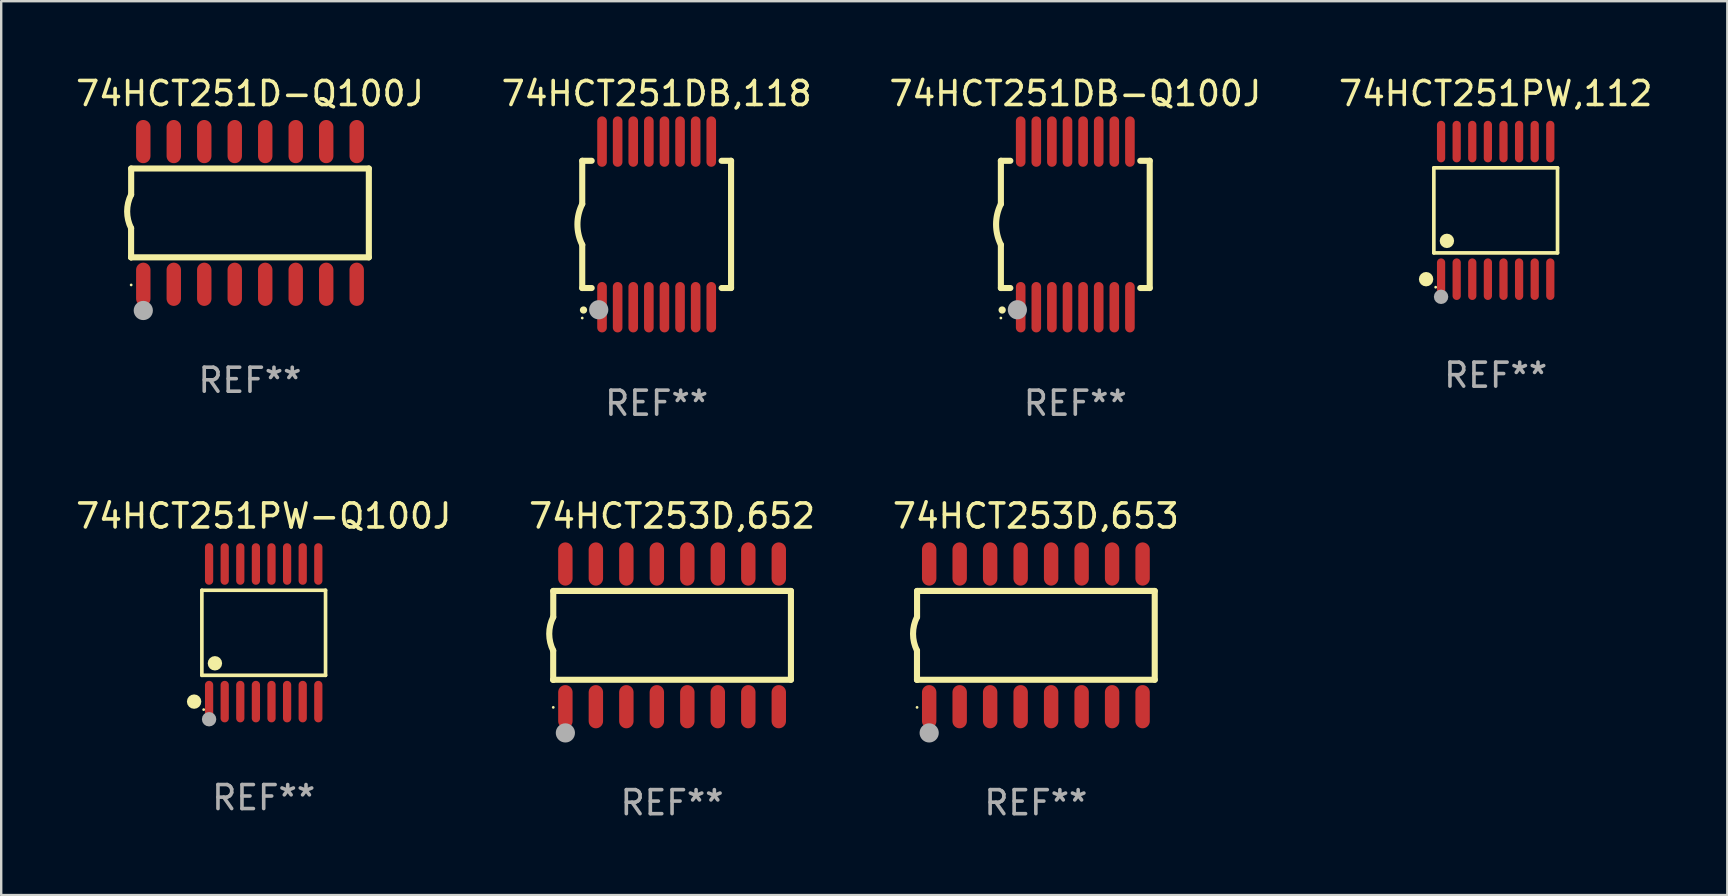
<source format=kicad_pcb>
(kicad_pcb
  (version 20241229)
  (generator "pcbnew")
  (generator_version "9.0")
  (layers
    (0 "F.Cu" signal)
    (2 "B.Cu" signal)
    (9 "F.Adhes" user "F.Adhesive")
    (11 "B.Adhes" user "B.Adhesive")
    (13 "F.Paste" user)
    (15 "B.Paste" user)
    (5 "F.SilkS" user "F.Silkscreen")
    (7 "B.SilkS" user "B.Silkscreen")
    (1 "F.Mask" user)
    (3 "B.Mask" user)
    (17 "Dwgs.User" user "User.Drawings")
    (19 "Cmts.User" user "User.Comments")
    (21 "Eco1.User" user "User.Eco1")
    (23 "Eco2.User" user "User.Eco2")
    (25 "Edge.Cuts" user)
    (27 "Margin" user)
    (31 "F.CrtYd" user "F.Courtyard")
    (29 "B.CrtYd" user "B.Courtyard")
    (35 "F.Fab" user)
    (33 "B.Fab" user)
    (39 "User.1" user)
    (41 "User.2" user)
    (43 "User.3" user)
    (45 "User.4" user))
  (footprint "74HCT251D-Q100J"
    (layer "F.Cu")
    (at 7.363 5.82)
    (property "Reference" "74HCT251D-Q100J" (at 0 -4.972 0) (layer "F.SilkS") (effects (font (size 1 1) (thickness 0.15))))
    (attr through_hole)
    (fp_line (start -4.952 0.635) (end -4.952 1.85) (stroke (width 0.254) (type solid)) (layer "F.SilkS"))
    (fp_line (start -4.952 1.85) (end -4.949 1.85) (stroke (width 0.254) (type solid)) (layer "F.SilkS"))
    (fp_line (start -4.949 -1.85) (end -4.949 -0.762) (stroke (width 0.254) (type solid)) (layer "F.SilkS"))
    (fp_line (start -4.949 1.85) (end 4.952 1.85) (stroke (width 0.254) (type solid)) (layer "F.SilkS"))
    (fp_line (start 4.952 -1.85) (end -4.949 -1.85) (stroke (width 0.254) (type solid)) (layer "F.SilkS"))
    (fp_line (start 4.952 1.85) (end 4.952 -1.85) (stroke (width 0.254) (type solid)) (layer "F.SilkS"))
    (fp_arc (start -4.951524 0.635001) (mid -5.116418 -0.0635) (end -4.951524 -0.762002) (stroke (width 0.254001) (type solid)) (layer "F.SilkS"))
    (fp_circle (center -4.949 3) (end -4.919 3) (stroke (width 0.06) (type solid)) (fill no) (layer "F.SilkS"))
    (fp_circle (center -4.444 4.064) (end -4.244 4.064) (stroke (width 0.4) (type solid)) (fill no) (layer "F.Fab"))
    (fp_text user "REF**" (at 0 6.972 0) (layer "F.Fab") (effects (font (size 1 1) (thickness 0.15))))
    (pad "1" smd oval (at -4.444 2.972 180) (size 0.6 1.8) (layers "F.Cu" "F.Mask" "F.Paste"))
    (pad "2" smd oval (at -3.174 2.972 180) (size 0.6 1.8) (layers "F.Cu" "F.Mask" "F.Paste"))
    (pad "3" smd oval (at -1.904 2.972 180) (size 0.6 1.8) (layers "F.Cu" "F.Mask" "F.Paste"))
    (pad "4" smd oval (at -0.634 2.972 180) (size 0.6 1.8) (layers "F.Cu" "F.Mask" "F.Paste"))
    (pad "5" smd oval (at 0.636 2.972 180) (size 0.6 1.8) (layers "F.Cu" "F.Mask" "F.Paste"))
    (pad "6" smd oval (at 1.906 2.972 180) (size 0.6 1.8) (layers "F.Cu" "F.Mask" "F.Paste"))
    (pad "7" smd oval (at 3.176 2.972 180) (size 0.6 1.8) (layers "F.Cu" "F.Mask" "F.Paste"))
    (pad "8" smd oval (at 4.446 2.972 180) (size 0.6 1.8) (layers "F.Cu" "F.Mask" "F.Paste"))
    (pad "9" smd oval (at 4.446 -2.972 180) (size 0.6 1.8) (layers "F.Cu" "F.Mask" "F.Paste"))
    (pad "10" smd oval (at 3.176 -2.972 180) (size 0.6 1.8) (layers "F.Cu" "F.Mask" "F.Paste"))
    (pad "11" smd oval (at 1.906 -2.972 180) (size 0.6 1.8) (layers "F.Cu" "F.Mask" "F.Paste"))
    (pad "12" smd oval (at 0.636 -2.972 180) (size 0.6 1.8) (layers "F.Cu" "F.Mask" "F.Paste"))
    (pad "13" smd oval (at -0.634 -2.972 180) (size 0.6 1.8) (layers "F.Cu" "F.Mask" "F.Paste"))
    (pad "14" smd oval (at -1.904 -2.972 180) (size 0.6 1.8) (layers "F.Cu" "F.Mask" "F.Paste"))
    (pad "15" smd oval (at -3.174 -2.972 180) (size 0.6 1.8) (layers "F.Cu" "F.Mask" "F.Paste"))
    (pad "16" smd oval (at -4.444 -2.972 180) (size 0.6 1.8) (layers "F.Cu" "F.Mask" "F.Paste")))
  (footprint "74HCT251PW,112"
    (layer "F.Cu")
    (at 59.256 5.714)
    (property "Reference" "74HCT251PW,112" (at 0 -4.866 0) (layer "F.SilkS") (effects (font (size 1 1) (thickness 0.15))))
    (attr through_hole)
    (fp_line (start -2.576 -1.772) (end 2.576 -1.772) (stroke (width 0.152) (type solid)) (layer "F.SilkS"))
    (fp_line (start -2.576 1.771) (end -2.576 -1.772) (stroke (width 0.152) (type solid)) (layer "F.SilkS"))
    (fp_line (start 2.576 -1.772) (end 2.576 1.771) (stroke (width 0.152) (type solid)) (layer "F.SilkS"))
    (fp_line (start 2.576 1.771) (end -2.576 1.771) (stroke (width 0.152) (type solid)) (layer "F.SilkS"))
    (fp_circle (center -2.899 2.866) (end -2.749 2.866) (stroke (width 0.3) (type solid)) (fill no) (layer "F.SilkS"))
    (fp_circle (center -2.5 3.2) (end -2.47 3.2) (stroke (width 0.06) (type solid)) (fill no) (layer "F.SilkS"))
    (fp_circle (center -2.032 1.27) (end -1.882 1.27) (stroke (width 0.3) (type solid)) (fill no) (layer "F.SilkS"))
    (fp_circle (center -2.275 3.6) (end -2.125 3.6) (stroke (width 0.3) (type solid)) (fill no) (layer "F.Fab"))
    (fp_text user "REF**" (at 0 6.866 0) (layer "F.Fab") (effects (font (size 1 1) (thickness 0.15))))
    (pad "1" smd oval (at -2.275 2.866) (size 0.343 1.731) (layers "F.Cu" "F.Mask" "F.Paste"))
    (pad "2" smd oval (at -1.625 2.866) (size 0.343 1.731) (layers "F.Cu" "F.Mask" "F.Paste"))
    (pad "3" smd oval (at -0.975 2.866) (size 0.343 1.731) (layers "F.Cu" "F.Mask" "F.Paste"))
    (pad "4" smd oval (at -0.325 2.866) (size 0.343 1.731) (layers "F.Cu" "F.Mask" "F.Paste"))
    (pad "5" smd oval (at 0.325 2.866) (size 0.343 1.731) (layers "F.Cu" "F.Mask" "F.Paste"))
    (pad "6" smd oval (at 0.975 2.866) (size 0.343 1.731) (layers "F.Cu" "F.Mask" "F.Paste"))
    (pad "7" smd oval (at 1.625 2.866) (size 0.343 1.731) (layers "F.Cu" "F.Mask" "F.Paste"))
    (pad "8" smd oval (at 2.275 2.866) (size 0.343 1.731) (layers "F.Cu" "F.Mask" "F.Paste"))
    (pad "9" smd oval (at 2.275 -2.866) (size 0.343 1.731) (layers "F.Cu" "F.Mask" "F.Paste"))
    (pad "10" smd oval (at 1.625 -2.866) (size 0.343 1.731) (layers "F.Cu" "F.Mask" "F.Paste"))
    (pad "11" smd oval (at 0.975 -2.866) (size 0.343 1.731) (layers "F.Cu" "F.Mask" "F.Paste"))
    (pad "12" smd oval (at 0.325 -2.866) (size 0.343 1.731) (layers "F.Cu" "F.Mask" "F.Paste"))
    (pad "13" smd oval (at -0.325 -2.866) (size 0.343 1.731) (layers "F.Cu" "F.Mask" "F.Paste"))
    (pad "14" smd oval (at -0.975 -2.866) (size 0.343 1.731) (layers "F.Cu" "F.Mask" "F.Paste"))
    (pad "15" smd oval (at -1.625 -2.866) (size 0.343 1.731) (layers "F.Cu" "F.Mask" "F.Paste"))
    (pad "16" smd oval (at -2.275 -2.866) (size 0.343 1.731) (layers "F.Cu" "F.Mask" "F.Paste")))
  (footprint "74HCT251DB,118"
    (layer "F.Cu")
    (at 24.304 6.298)
    (property "Reference" "74HCT251DB,118" (at 0 -5.45 0) (layer "F.SilkS") (effects (font (size 1 1) (thickness 0.15))))
    (attr through_hole)
    (fp_line (start -3.1 -2.65) (end -3.1 -0.85) (stroke (width 0.254) (type solid)) (layer "F.SilkS"))
    (fp_line (start -3.1 -2.65) (end -2.706 -2.65) (stroke (width 0.254) (type solid)) (layer "F.SilkS"))
    (fp_line (start -3.1 2.65) (end -3.1 0.85) (stroke (width 0.254) (type solid)) (layer "F.SilkS"))
    (fp_line (start -3.1 2.65) (end -2.706 2.65) (stroke (width 0.254) (type solid)) (layer "F.SilkS"))
    (fp_line (start 2.706 -2.65) (end 3.1 -2.65) (stroke (width 0.254) (type solid)) (layer "F.SilkS"))
    (fp_line (start 2.706 2.65) (end 3.1 2.65) (stroke (width 0.254) (type solid)) (layer "F.SilkS"))
    (fp_line (start 3.1 -2.65) (end 3.1 2.65) (stroke (width 0.254) (type solid)) (layer "F.SilkS"))
    (fp_arc (start -3.098907 0.850902) (mid -3.300057 0.000523) (end -3.1 -0.850114) (stroke (width 0.254001) (type solid)) (layer "F.SilkS"))
    (fp_arc (start -3.048006 3.566066) (mid -3.046736 3.566061) (end -3.045466 3.566066) (stroke (width 0.3) (type solid)) (layer "F.SilkS"))
    (fp_circle (center -3.1 3.9) (end -3.07 3.9) (stroke (width 0.06) (type solid)) (fill no) (layer "F.SilkS"))
    (fp_circle (center -2.413 3.556) (end -2.213 3.556) (stroke (width 0.4) (type solid)) (fill no) (layer "F.Fab"))
    (fp_text user "REF**" (at 0 7.45 0) (layer "F.Fab") (effects (font (size 1 1) (thickness 0.15))))
    (pad "1" smd oval (at -2.275 3.45 180) (size 0.4 2.1) (layers "F.Cu" "F.Mask" "F.Paste"))
    (pad "2" smd oval (at -1.625 3.45 180) (size 0.4 2.1) (layers "F.Cu" "F.Mask" "F.Paste"))
    (pad "3" smd oval (at -0.975 3.45 180) (size 0.4 2.1) (layers "F.Cu" "F.Mask" "F.Paste"))
    (pad "4" smd oval (at -0.325 3.45 180) (size 0.4 2.1) (layers "F.Cu" "F.Mask" "F.Paste"))
    (pad "5" smd oval (at 0.325 3.45 180) (size 0.4 2.1) (layers "F.Cu" "F.Mask" "F.Paste"))
    (pad "6" smd oval (at 0.975 3.45 180) (size 0.4 2.1) (layers "F.Cu" "F.Mask" "F.Paste"))
    (pad "7" smd oval (at 1.625 3.45 180) (size 0.4 2.1) (layers "F.Cu" "F.Mask" "F.Paste"))
    (pad "8" smd oval (at 2.275 3.45 180) (size 0.4 2.1) (layers "F.Cu" "F.Mask" "F.Paste"))
    (pad "9" smd oval (at 2.275 -3.45 180) (size 0.4 2.1) (layers "F.Cu" "F.Mask" "F.Paste"))
    (pad "10" smd oval (at 1.625 -3.45 180) (size 0.4 2.1) (layers "F.Cu" "F.Mask" "F.Paste"))
    (pad "11" smd oval (at 0.975 -3.45 180) (size 0.4 2.1) (layers "F.Cu" "F.Mask" "F.Paste"))
    (pad "12" smd oval (at 0.325 -3.45 180) (size 0.4 2.1) (layers "F.Cu" "F.Mask" "F.Paste"))
    (pad "13" smd oval (at -0.325 -3.45 180) (size 0.4 2.1) (layers "F.Cu" "F.Mask" "F.Paste"))
    (pad "14" smd oval (at -0.975 -3.45 180) (size 0.4 2.1) (layers "F.Cu" "F.Mask" "F.Paste"))
    (pad "15" smd oval (at -1.625 -3.45 180) (size 0.4 2.1) (layers "F.Cu" "F.Mask" "F.Paste"))
    (pad "16" smd oval (at -2.275 -3.45 180) (size 0.4 2.1) (layers "F.Cu" "F.Mask" "F.Paste")))
  (footprint "74HCT251PW-Q100J"
    (layer "F.Cu")
    (at 7.935 23.311)
    (property "Reference" "74HCT251PW-Q100J" (at 0 -4.866 0) (layer "F.SilkS") (effects (font (size 1 1) (thickness 0.15))))
    (attr through_hole)
    (fp_line (start -2.576 -1.772) (end 2.576 -1.772) (stroke (width 0.152) (type solid)) (layer "F.SilkS"))
    (fp_line (start -2.576 1.771) (end -2.576 -1.772) (stroke (width 0.152) (type solid)) (layer "F.SilkS"))
    (fp_line (start 2.576 -1.772) (end 2.576 1.771) (stroke (width 0.152) (type solid)) (layer "F.SilkS"))
    (fp_line (start 2.576 1.771) (end -2.576 1.771) (stroke (width 0.152) (type solid)) (layer "F.SilkS"))
    (fp_circle (center -2.899 2.866) (end -2.749 2.866) (stroke (width 0.3) (type solid)) (fill no) (layer "F.SilkS"))
    (fp_circle (center -2.5 3.2) (end -2.47 3.2) (stroke (width 0.06) (type solid)) (fill no) (layer "F.SilkS"))
    (fp_circle (center -2.032 1.27) (end -1.882 1.27) (stroke (width 0.3) (type solid)) (fill no) (layer "F.SilkS"))
    (fp_circle (center -2.275 3.6) (end -2.125 3.6) (stroke (width 0.3) (type solid)) (fill no) (layer "F.Fab"))
    (fp_text user "REF**" (at 0 6.866 0) (layer "F.Fab") (effects (font (size 1 1) (thickness 0.15))))
    (pad "1" smd oval (at -2.275 2.866) (size 0.343 1.731) (layers "F.Cu" "F.Mask" "F.Paste"))
    (pad "2" smd oval (at -1.625 2.866) (size 0.343 1.731) (layers "F.Cu" "F.Mask" "F.Paste"))
    (pad "3" smd oval (at -0.975 2.866) (size 0.343 1.731) (layers "F.Cu" "F.Mask" "F.Paste"))
    (pad "4" smd oval (at -0.325 2.866) (size 0.343 1.731) (layers "F.Cu" "F.Mask" "F.Paste"))
    (pad "5" smd oval (at 0.325 2.866) (size 0.343 1.731) (layers "F.Cu" "F.Mask" "F.Paste"))
    (pad "6" smd oval (at 0.975 2.866) (size 0.343 1.731) (layers "F.Cu" "F.Mask" "F.Paste"))
    (pad "7" smd oval (at 1.625 2.866) (size 0.343 1.731) (layers "F.Cu" "F.Mask" "F.Paste"))
    (pad "8" smd oval (at 2.275 2.866) (size 0.343 1.731) (layers "F.Cu" "F.Mask" "F.Paste"))
    (pad "9" smd oval (at 2.275 -2.866) (size 0.343 1.731) (layers "F.Cu" "F.Mask" "F.Paste"))
    (pad "10" smd oval (at 1.625 -2.866) (size 0.343 1.731) (layers "F.Cu" "F.Mask" "F.Paste"))
    (pad "11" smd oval (at 0.975 -2.866) (size 0.343 1.731) (layers "F.Cu" "F.Mask" "F.Paste"))
    (pad "12" smd oval (at 0.325 -2.866) (size 0.343 1.731) (layers "F.Cu" "F.Mask" "F.Paste"))
    (pad "13" smd oval (at -0.325 -2.866) (size 0.343 1.731) (layers "F.Cu" "F.Mask" "F.Paste"))
    (pad "14" smd oval (at -0.975 -2.866) (size 0.343 1.731) (layers "F.Cu" "F.Mask" "F.Paste"))
    (pad "15" smd oval (at -1.625 -2.866) (size 0.343 1.731) (layers "F.Cu" "F.Mask" "F.Paste"))
    (pad "16" smd oval (at -2.275 -2.866) (size 0.343 1.731) (layers "F.Cu" "F.Mask" "F.Paste")))
  (footprint "74HCT253D,653"
    (layer "F.Cu")
    (at 40.101 23.417)
    (property "Reference" "74HCT253D,653" (at 0 -4.972 0) (layer "F.SilkS") (effects (font (size 1 1) (thickness 0.15))))
    (attr through_hole)
    (fp_line (start -4.952 0.635) (end -4.952 1.85) (stroke (width 0.254) (type solid)) (layer "F.SilkS"))
    (fp_line (start -4.952 1.85) (end -4.949 1.85) (stroke (width 0.254) (type solid)) (layer "F.SilkS"))
    (fp_line (start -4.949 -1.85) (end -4.949 -0.762) (stroke (width 0.254) (type solid)) (layer "F.SilkS"))
    (fp_line (start -4.949 1.85) (end 4.952 1.85) (stroke (width 0.254) (type solid)) (layer "F.SilkS"))
    (fp_line (start 4.952 -1.85) (end -4.949 -1.85) (stroke (width 0.254) (type solid)) (layer "F.SilkS"))
    (fp_line (start 4.952 1.85) (end 4.952 -1.85) (stroke (width 0.254) (type solid)) (layer "F.SilkS"))
    (fp_arc (start -4.951524 0.635001) (mid -5.116418 -0.0635) (end -4.951524 -0.762002) (stroke (width 0.254001) (type solid)) (layer "F.SilkS"))
    (fp_circle (center -4.949 3) (end -4.919 3) (stroke (width 0.06) (type solid)) (fill no) (layer "F.SilkS"))
    (fp_circle (center -4.444 4.064) (end -4.244 4.064) (stroke (width 0.4) (type solid)) (fill no) (layer "F.Fab"))
    (fp_text user "REF**" (at 0 6.972 0) (layer "F.Fab") (effects (font (size 1 1) (thickness 0.15))))
    (pad "1" smd oval (at -4.444 2.972 180) (size 0.6 1.8) (layers "F.Cu" "F.Mask" "F.Paste"))
    (pad "2" smd oval (at -3.174 2.972 180) (size 0.6 1.8) (layers "F.Cu" "F.Mask" "F.Paste"))
    (pad "3" smd oval (at -1.904 2.972 180) (size 0.6 1.8) (layers "F.Cu" "F.Mask" "F.Paste"))
    (pad "4" smd oval (at -0.634 2.972 180) (size 0.6 1.8) (layers "F.Cu" "F.Mask" "F.Paste"))
    (pad "5" smd oval (at 0.636 2.972 180) (size 0.6 1.8) (layers "F.Cu" "F.Mask" "F.Paste"))
    (pad "6" smd oval (at 1.906 2.972 180) (size 0.6 1.8) (layers "F.Cu" "F.Mask" "F.Paste"))
    (pad "7" smd oval (at 3.176 2.972 180) (size 0.6 1.8) (layers "F.Cu" "F.Mask" "F.Paste"))
    (pad "8" smd oval (at 4.446 2.972 180) (size 0.6 1.8) (layers "F.Cu" "F.Mask" "F.Paste"))
    (pad "9" smd oval (at 4.446 -2.972 180) (size 0.6 1.8) (layers "F.Cu" "F.Mask" "F.Paste"))
    (pad "10" smd oval (at 3.176 -2.972 180) (size 0.6 1.8) (layers "F.Cu" "F.Mask" "F.Paste"))
    (pad "11" smd oval (at 1.906 -2.972 180) (size 0.6 1.8) (layers "F.Cu" "F.Mask" "F.Paste"))
    (pad "12" smd oval (at 0.636 -2.972 180) (size 0.6 1.8) (layers "F.Cu" "F.Mask" "F.Paste"))
    (pad "13" smd oval (at -0.634 -2.972 180) (size 0.6 1.8) (layers "F.Cu" "F.Mask" "F.Paste"))
    (pad "14" smd oval (at -1.904 -2.972 180) (size 0.6 1.8) (layers "F.Cu" "F.Mask" "F.Paste"))
    (pad "15" smd oval (at -3.174 -2.972 180) (size 0.6 1.8) (layers "F.Cu" "F.Mask" "F.Paste"))
    (pad "16" smd oval (at -4.444 -2.972 180) (size 0.6 1.8) (layers "F.Cu" "F.Mask" "F.Paste")))
  (footprint "74HCT251DB-Q100J"
    (layer "F.Cu")
    (at 41.744 6.298)
    (property "Reference" "74HCT251DB-Q100J" (at 0 -5.45 0) (layer "F.SilkS") (effects (font (size 1 1) (thickness 0.15))))
    (attr through_hole)
    (fp_line (start -3.1 -2.65) (end -3.1 -0.85) (stroke (width 0.254) (type solid)) (layer "F.SilkS"))
    (fp_line (start -3.1 -2.65) (end -2.706 -2.65) (stroke (width 0.254) (type solid)) (layer "F.SilkS"))
    (fp_line (start -3.1 2.65) (end -3.1 0.85) (stroke (width 0.254) (type solid)) (layer "F.SilkS"))
    (fp_line (start -3.1 2.65) (end -2.706 2.65) (stroke (width 0.254) (type solid)) (layer "F.SilkS"))
    (fp_line (start 2.706 -2.65) (end 3.1 -2.65) (stroke (width 0.254) (type solid)) (layer "F.SilkS"))
    (fp_line (start 2.706 2.65) (end 3.1 2.65) (stroke (width 0.254) (type solid)) (layer "F.SilkS"))
    (fp_line (start 3.1 -2.65) (end 3.1 2.65) (stroke (width 0.254) (type solid)) (layer "F.SilkS"))
    (fp_arc (start -3.098907 0.850902) (mid -3.300057 0.000523) (end -3.1 -0.850114) (stroke (width 0.254001) (type solid)) (layer "F.SilkS"))
    (fp_arc (start -3.048006 3.566066) (mid -3.046736 3.566061) (end -3.045466 3.566066) (stroke (width 0.3) (type solid)) (layer "F.SilkS"))
    (fp_circle (center -3.1 3.9) (end -3.07 3.9) (stroke (width 0.06) (type solid)) (fill no) (layer "F.SilkS"))
    (fp_circle (center -2.413 3.556) (end -2.213 3.556) (stroke (width 0.4) (type solid)) (fill no) (layer "F.Fab"))
    (fp_text user "REF**" (at 0 7.45 0) (layer "F.Fab") (effects (font (size 1 1) (thickness 0.15))))
    (pad "1" smd oval (at -2.275 3.45 180) (size 0.4 2.1) (layers "F.Cu" "F.Mask" "F.Paste"))
    (pad "2" smd oval (at -1.625 3.45 180) (size 0.4 2.1) (layers "F.Cu" "F.Mask" "F.Paste"))
    (pad "3" smd oval (at -0.975 3.45 180) (size 0.4 2.1) (layers "F.Cu" "F.Mask" "F.Paste"))
    (pad "4" smd oval (at -0.325 3.45 180) (size 0.4 2.1) (layers "F.Cu" "F.Mask" "F.Paste"))
    (pad "5" smd oval (at 0.325 3.45 180) (size 0.4 2.1) (layers "F.Cu" "F.Mask" "F.Paste"))
    (pad "6" smd oval (at 0.975 3.45 180) (size 0.4 2.1) (layers "F.Cu" "F.Mask" "F.Paste"))
    (pad "7" smd oval (at 1.625 3.45 180) (size 0.4 2.1) (layers "F.Cu" "F.Mask" "F.Paste"))
    (pad "8" smd oval (at 2.275 3.45 180) (size 0.4 2.1) (layers "F.Cu" "F.Mask" "F.Paste"))
    (pad "9" smd oval (at 2.275 -3.45 180) (size 0.4 2.1) (layers "F.Cu" "F.Mask" "F.Paste"))
    (pad "10" smd oval (at 1.625 -3.45 180) (size 0.4 2.1) (layers "F.Cu" "F.Mask" "F.Paste"))
    (pad "11" smd oval (at 0.975 -3.45 180) (size 0.4 2.1) (layers "F.Cu" "F.Mask" "F.Paste"))
    (pad "12" smd oval (at 0.325 -3.45 180) (size 0.4 2.1) (layers "F.Cu" "F.Mask" "F.Paste"))
    (pad "13" smd oval (at -0.325 -3.45 180) (size 0.4 2.1) (layers "F.Cu" "F.Mask" "F.Paste"))
    (pad "14" smd oval (at -0.975 -3.45 180) (size 0.4 2.1) (layers "F.Cu" "F.Mask" "F.Paste"))
    (pad "15" smd oval (at -1.625 -3.45 180) (size 0.4 2.1) (layers "F.Cu" "F.Mask" "F.Paste"))
    (pad "16" smd oval (at -2.275 -3.45 180) (size 0.4 2.1) (layers "F.Cu" "F.Mask" "F.Paste")))
  (footprint "74HCT253D,652"
    (layer "F.Cu")
    (at 24.946 23.417)
    (property "Reference" "74HCT253D,652" (at 0 -4.972 0) (layer "F.SilkS") (effects (font (size 1 1) (thickness 0.15))))
    (attr through_hole)
    (fp_line (start -4.952 0.635) (end -4.952 1.85) (stroke (width 0.254) (type solid)) (layer "F.SilkS"))
    (fp_line (start -4.952 1.85) (end -4.949 1.85) (stroke (width 0.254) (type solid)) (layer "F.SilkS"))
    (fp_line (start -4.949 -1.85) (end -4.949 -0.762) (stroke (width 0.254) (type solid)) (layer "F.SilkS"))
    (fp_line (start -4.949 1.85) (end 4.952 1.85) (stroke (width 0.254) (type solid)) (layer "F.SilkS"))
    (fp_line (start 4.952 -1.85) (end -4.949 -1.85) (stroke (width 0.254) (type solid)) (layer "F.SilkS"))
    (fp_line (start 4.952 1.85) (end 4.952 -1.85) (stroke (width 0.254) (type solid)) (layer "F.SilkS"))
    (fp_arc (start -4.951524 0.635001) (mid -5.116418 -0.0635) (end -4.951524 -0.762002) (stroke (width 0.254001) (type solid)) (layer "F.SilkS"))
    (fp_circle (center -4.949 3) (end -4.919 3) (stroke (width 0.06) (type solid)) (fill no) (layer "F.SilkS"))
    (fp_circle (center -4.444 4.064) (end -4.244 4.064) (stroke (width 0.4) (type solid)) (fill no) (layer "F.Fab"))
    (fp_text user "REF**" (at 0 6.972 0) (layer "F.Fab") (effects (font (size 1 1) (thickness 0.15))))
    (pad "1" smd oval (at -4.444 2.972 180) (size 0.6 1.8) (layers "F.Cu" "F.Mask" "F.Paste"))
    (pad "2" smd oval (at -3.174 2.972 180) (size 0.6 1.8) (layers "F.Cu" "F.Mask" "F.Paste"))
    (pad "3" smd oval (at -1.904 2.972 180) (size 0.6 1.8) (layers "F.Cu" "F.Mask" "F.Paste"))
    (pad "4" smd oval (at -0.634 2.972 180) (size 0.6 1.8) (layers "F.Cu" "F.Mask" "F.Paste"))
    (pad "5" smd oval (at 0.636 2.972 180) (size 0.6 1.8) (layers "F.Cu" "F.Mask" "F.Paste"))
    (pad "6" smd oval (at 1.906 2.972 180) (size 0.6 1.8) (layers "F.Cu" "F.Mask" "F.Paste"))
    (pad "7" smd oval (at 3.176 2.972 180) (size 0.6 1.8) (layers "F.Cu" "F.Mask" "F.Paste"))
    (pad "8" smd oval (at 4.446 2.972 180) (size 0.6 1.8) (layers "F.Cu" "F.Mask" "F.Paste"))
    (pad "9" smd oval (at 4.446 -2.972 180) (size 0.6 1.8) (layers "F.Cu" "F.Mask" "F.Paste"))
    (pad "10" smd oval (at 3.176 -2.972 180) (size 0.6 1.8) (layers "F.Cu" "F.Mask" "F.Paste"))
    (pad "11" smd oval (at 1.906 -2.972 180) (size 0.6 1.8) (layers "F.Cu" "F.Mask" "F.Paste"))
    (pad "12" smd oval (at 0.636 -2.972 180) (size 0.6 1.8) (layers "F.Cu" "F.Mask" "F.Paste"))
    (pad "13" smd oval (at -0.634 -2.972 180) (size 0.6 1.8) (layers "F.Cu" "F.Mask" "F.Paste"))
    (pad "14" smd oval (at -1.904 -2.972 180) (size 0.6 1.8) (layers "F.Cu" "F.Mask" "F.Paste"))
    (pad "15" smd oval (at -3.174 -2.972 180) (size 0.6 1.8) (layers "F.Cu" "F.Mask" "F.Paste"))
    (pad "16" smd oval (at -4.444 -2.972 180) (size 0.6 1.8) (layers "F.Cu" "F.Mask" "F.Paste")))
  (gr_rect
    (start -3 -3)
    (end 68.905 34.237)
    (stroke (width 0.1) (type default))
    (fill no)
    (layer "Edge.Cuts")))
</source>
